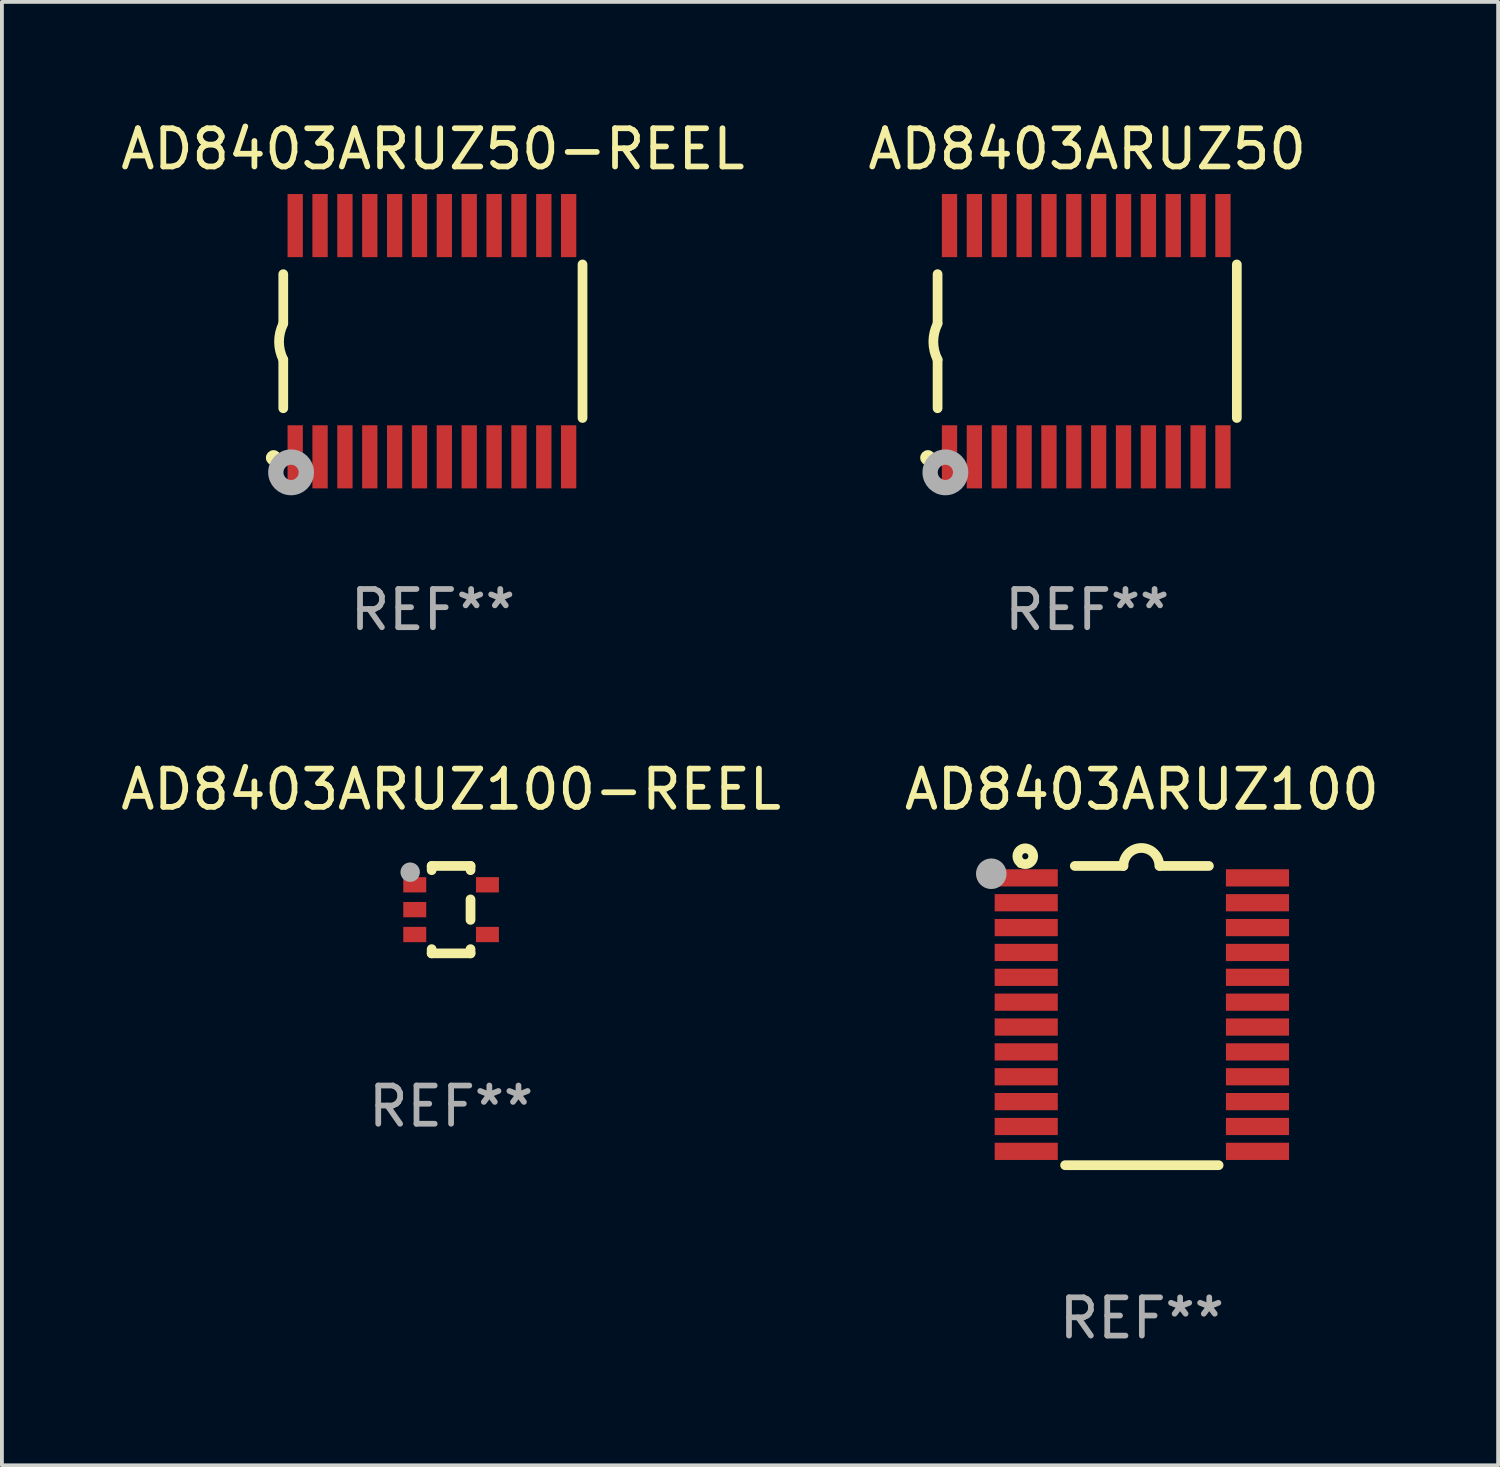
<source format=kicad_pcb>
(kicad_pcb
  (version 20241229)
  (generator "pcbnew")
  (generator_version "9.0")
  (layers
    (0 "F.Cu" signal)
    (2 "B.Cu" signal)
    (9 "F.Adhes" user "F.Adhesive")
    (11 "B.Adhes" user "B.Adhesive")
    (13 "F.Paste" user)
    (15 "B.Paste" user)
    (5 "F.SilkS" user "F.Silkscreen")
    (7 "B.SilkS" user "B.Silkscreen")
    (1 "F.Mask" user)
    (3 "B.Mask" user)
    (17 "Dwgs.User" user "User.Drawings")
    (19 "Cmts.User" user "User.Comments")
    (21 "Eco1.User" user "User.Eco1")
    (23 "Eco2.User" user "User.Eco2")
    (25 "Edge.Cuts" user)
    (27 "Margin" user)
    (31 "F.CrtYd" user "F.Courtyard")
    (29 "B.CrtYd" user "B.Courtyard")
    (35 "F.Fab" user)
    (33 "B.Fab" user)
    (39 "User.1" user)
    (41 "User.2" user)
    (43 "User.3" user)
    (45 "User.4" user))
  (footprint "AD8403ARUZ100-REEL"
    (layer "F.Cu")
    (at 8.744 20.733)
    (property "Reference" "AD8403ARUZ100-REEL" (at 0 -3.143 0) (layer "F.SilkS") (effects (font (size 1 1) (thickness 0.15))))
    (attr through_hole)
    (fp_line (start -0.508 -1.143) (end 0.508 -1.143) (stroke (width 0.254) (type solid)) (layer "F.SilkS"))
    (fp_line (start -0.508 -1.032) (end -0.508 -1.143) (stroke (width 0.254) (type solid)) (layer "F.SilkS"))
    (fp_line (start -0.508 1.143) (end -0.508 1.032) (stroke (width 0.254) (type solid)) (layer "F.SilkS"))
    (fp_line (start 0.508 -1.143) (end 0.508 -1.032) (stroke (width 0.254) (type solid)) (layer "F.SilkS"))
    (fp_line (start 0.508 -0.268) (end 0.508 0.268) (stroke (width 0.254) (type solid)) (layer "F.SilkS"))
    (fp_line (start 0.508 1.032) (end 0.508 1.143) (stroke (width 0.254) (type solid)) (layer "F.SilkS"))
    (fp_line (start 0.508 1.143) (end -0.508 1.143) (stroke (width 0.254) (type solid)) (layer "F.SilkS"))
    (fp_circle (center -1.05 -1) (end -1.02 -1) (stroke (width 0.06) (type solid)) (fill no) (layer "F.SilkS"))
    (fp_circle (center -1.07 -0.98) (end -0.943 -0.98) (stroke (width 0.254) (type solid)) (fill no) (layer "F.Fab"))
    (fp_text user "REF**" (at 0 5.143 0) (layer "F.Fab") (effects (font (size 1 1) (thickness 0.15))))
    (pad "1" smd rect (at -0.95 -0.65 90) (size 0.4 0.6) (layers "F.Cu" "F.Mask" "F.Paste"))
    (pad "2" smd rect (at -0.95 -0.000076 90) (size 0.4 0.6) (layers "F.Cu" "F.Mask" "F.Paste"))
    (pad "3" smd rect (at -0.95 0.65 90) (size 0.4 0.6) (layers "F.Cu" "F.Mask" "F.Paste"))
    (pad "4" smd rect (at 0.95 0.65 90) (size 0.4 0.6) (layers "F.Cu" "F.Mask" "F.Paste"))
    (pad "5" smd rect (at 0.95 -0.65 90) (size 0.4 0.6) (layers "F.Cu" "F.Mask" "F.Paste")))
  (footprint "AD8403ARUZ50-REEL"
    (layer "F.Cu")
    (at 8.268 5.871)
    (property "Reference" "AD8403ARUZ50-REEL" (at 0 -5.023 0) (layer "F.SilkS") (effects (font (size 1 1) (thickness 0.15))))
    (attr through_hole)
    (fp_line (start -3.912 -0.483) (end -3.912 -1.753) (stroke (width 0.254) (type solid)) (layer "F.SilkS"))
    (fp_line (start -3.912 1.753) (end -3.912 0.483) (stroke (width 0.254) (type solid)) (layer "F.SilkS"))
    (fp_line (start 3.912 -2.007) (end 3.912 2.007) (stroke (width 0.254) (type solid)) (layer "F.SilkS"))
    (fp_arc (start -3.911608 0.482601) (mid -4.022537 0.0127) (end -3.911608 -0.457201) (stroke (width 0.254001) (type solid)) (layer "F.SilkS"))
    (fp_circle (center -4.166 3.048) (end -4.066 3.048) (stroke (width 0.2) (type solid)) (fill no) (layer "F.SilkS"))
    (fp_circle (center -3.925 3.186) (end -3.895 3.186) (stroke (width 0.06) (type solid)) (fill no) (layer "F.SilkS"))
    (fp_circle (center -3.708 3.429) (end -3.509 3.429) (stroke (width 0.4) (type solid)) (fill no) (layer "F.Fab"))
    (fp_text user "REF**" (at 0 7.023 0) (layer "F.Fab") (effects (font (size 1 1) (thickness 0.15))))
    (pad "1" smd rect (at -3.6 3.023) (size 0.4 1.65) (layers "F.Cu" "F.Mask" "F.Paste"))
    (pad "2" smd rect (at -2.95 3.023) (size 0.4 1.65) (layers "F.Cu" "F.Mask" "F.Paste"))
    (pad "3" smd rect (at -2.3 3.023) (size 0.4 1.65) (layers "F.Cu" "F.Mask" "F.Paste"))
    (pad "4" smd rect (at -1.65 3.023) (size 0.4 1.65) (layers "F.Cu" "F.Mask" "F.Paste"))
    (pad "5" smd rect (at -1 3.023) (size 0.4 1.65) (layers "F.Cu" "F.Mask" "F.Paste"))
    (pad "6" smd rect (at -0.35 3.023) (size 0.4 1.65) (layers "F.Cu" "F.Mask" "F.Paste"))
    (pad "7" smd rect (at 0.299 3.023) (size 0.4 1.65) (layers "F.Cu" "F.Mask" "F.Paste"))
    (pad "8" smd rect (at 0.95 3.023) (size 0.4 1.65) (layers "F.Cu" "F.Mask" "F.Paste"))
    (pad "9" smd rect (at 1.6 3.023) (size 0.4 1.65) (layers "F.Cu" "F.Mask" "F.Paste"))
    (pad "10" smd rect (at 2.25 3.023) (size 0.4 1.65) (layers "F.Cu" "F.Mask" "F.Paste"))
    (pad "11" smd rect (at 2.9 3.023) (size 0.4 1.65) (layers "F.Cu" "F.Mask" "F.Paste"))
    (pad "12" smd rect (at 3.549 3.023) (size 0.4 1.65) (layers "F.Cu" "F.Mask" "F.Paste"))
    (pad "13" smd rect (at 3.549 -3.023) (size 0.4 1.65) (layers "F.Cu" "F.Mask" "F.Paste"))
    (pad "14" smd rect (at 2.9 -3.023) (size 0.4 1.65) (layers "F.Cu" "F.Mask" "F.Paste"))
    (pad "15" smd rect (at 2.25 -3.023) (size 0.4 1.65) (layers "F.Cu" "F.Mask" "F.Paste"))
    (pad "16" smd rect (at 1.6 -3.023) (size 0.4 1.65) (layers "F.Cu" "F.Mask" "F.Paste"))
    (pad "17" smd rect (at 0.95 -3.023) (size 0.4 1.65) (layers "F.Cu" "F.Mask" "F.Paste"))
    (pad "18" smd rect (at 0.299 -3.023) (size 0.4 1.65) (layers "F.Cu" "F.Mask" "F.Paste"))
    (pad "19" smd rect (at -0.35 -3.023) (size 0.4 1.65) (layers "F.Cu" "F.Mask" "F.Paste"))
    (pad "20" smd rect (at -1 -3.023) (size 0.4 1.65) (layers "F.Cu" "F.Mask" "F.Paste"))
    (pad "21" smd rect (at -1.65 -3.023) (size 0.4 1.65) (layers "F.Cu" "F.Mask" "F.Paste"))
    (pad "22" smd rect (at -2.3 -3.023) (size 0.4 1.65) (layers "F.Cu" "F.Mask" "F.Paste"))
    (pad "23" smd rect (at -2.95 -3.023) (size 0.4 1.65) (layers "F.Cu" "F.Mask" "F.Paste"))
    (pad "24" smd rect (at -3.6 -3.023) (size 0.4 1.65) (layers "F.Cu" "F.Mask" "F.Paste")))
  (footprint "AD8403ARUZ50"
    (layer "F.Cu")
    (at 25.375 5.871)
    (property "Reference" "AD8403ARUZ50" (at 0 -5.023 0) (layer "F.SilkS") (effects (font (size 1 1) (thickness 0.15))))
    (attr through_hole)
    (fp_line (start -3.912 -0.483) (end -3.912 -1.753) (stroke (width 0.254) (type solid)) (layer "F.SilkS"))
    (fp_line (start -3.912 1.753) (end -3.912 0.483) (stroke (width 0.254) (type solid)) (layer "F.SilkS"))
    (fp_line (start 3.912 -2.007) (end 3.912 2.007) (stroke (width 0.254) (type solid)) (layer "F.SilkS"))
    (fp_arc (start -3.911608 0.482601) (mid -4.022537 0.0127) (end -3.911608 -0.457201) (stroke (width 0.254001) (type solid)) (layer "F.SilkS"))
    (fp_circle (center -4.166 3.048) (end -4.066 3.048) (stroke (width 0.2) (type solid)) (fill no) (layer "F.SilkS"))
    (fp_circle (center -3.925 3.186) (end -3.895 3.186) (stroke (width 0.06) (type solid)) (fill no) (layer "F.SilkS"))
    (fp_circle (center -3.708 3.429) (end -3.509 3.429) (stroke (width 0.4) (type solid)) (fill no) (layer "F.Fab"))
    (fp_text user "REF**" (at 0 7.023 0) (layer "F.Fab") (effects (font (size 1 1) (thickness 0.15))))
    (pad "1" smd rect (at -3.6 3.023) (size 0.4 1.65) (layers "F.Cu" "F.Mask" "F.Paste"))
    (pad "2" smd rect (at -2.95 3.023) (size 0.4 1.65) (layers "F.Cu" "F.Mask" "F.Paste"))
    (pad "3" smd rect (at -2.3 3.023) (size 0.4 1.65) (layers "F.Cu" "F.Mask" "F.Paste"))
    (pad "4" smd rect (at -1.65 3.023) (size 0.4 1.65) (layers "F.Cu" "F.Mask" "F.Paste"))
    (pad "5" smd rect (at -1 3.023) (size 0.4 1.65) (layers "F.Cu" "F.Mask" "F.Paste"))
    (pad "6" smd rect (at -0.35 3.023) (size 0.4 1.65) (layers "F.Cu" "F.Mask" "F.Paste"))
    (pad "7" smd rect (at 0.299 3.023) (size 0.4 1.65) (layers "F.Cu" "F.Mask" "F.Paste"))
    (pad "8" smd rect (at 0.95 3.023) (size 0.4 1.65) (layers "F.Cu" "F.Mask" "F.Paste"))
    (pad "9" smd rect (at 1.6 3.023) (size 0.4 1.65) (layers "F.Cu" "F.Mask" "F.Paste"))
    (pad "10" smd rect (at 2.25 3.023) (size 0.4 1.65) (layers "F.Cu" "F.Mask" "F.Paste"))
    (pad "11" smd rect (at 2.9 3.023) (size 0.4 1.65) (layers "F.Cu" "F.Mask" "F.Paste"))
    (pad "12" smd rect (at 3.549 3.023) (size 0.4 1.65) (layers "F.Cu" "F.Mask" "F.Paste"))
    (pad "13" smd rect (at 3.549 -3.023) (size 0.4 1.65) (layers "F.Cu" "F.Mask" "F.Paste"))
    (pad "14" smd rect (at 2.9 -3.023) (size 0.4 1.65) (layers "F.Cu" "F.Mask" "F.Paste"))
    (pad "15" smd rect (at 2.25 -3.023) (size 0.4 1.65) (layers "F.Cu" "F.Mask" "F.Paste"))
    (pad "16" smd rect (at 1.6 -3.023) (size 0.4 1.65) (layers "F.Cu" "F.Mask" "F.Paste"))
    (pad "17" smd rect (at 0.95 -3.023) (size 0.4 1.65) (layers "F.Cu" "F.Mask" "F.Paste"))
    (pad "18" smd rect (at 0.299 -3.023) (size 0.4 1.65) (layers "F.Cu" "F.Mask" "F.Paste"))
    (pad "19" smd rect (at -0.35 -3.023) (size 0.4 1.65) (layers "F.Cu" "F.Mask" "F.Paste"))
    (pad "20" smd rect (at -1 -3.023) (size 0.4 1.65) (layers "F.Cu" "F.Mask" "F.Paste"))
    (pad "21" smd rect (at -1.65 -3.023) (size 0.4 1.65) (layers "F.Cu" "F.Mask" "F.Paste"))
    (pad "22" smd rect (at -2.3 -3.023) (size 0.4 1.65) (layers "F.Cu" "F.Mask" "F.Paste"))
    (pad "23" smd rect (at -2.95 -3.023) (size 0.4 1.65) (layers "F.Cu" "F.Mask" "F.Paste"))
    (pad "24" smd rect (at -3.6 -3.023) (size 0.4 1.65) (layers "F.Cu" "F.Mask" "F.Paste")))
  (footprint "AD8403ARUZ100"
    (layer "F.Cu")
    (at 26.804 23.502)
    (property "Reference" "AD8403ARUZ100" (at 0 -5.912 0) (layer "F.SilkS") (effects (font (size 1 1) (thickness 0.15))))
    (attr through_hole)
    (fp_line (start -1.753 -3.912) (end -0.483 -3.912) (stroke (width 0.254) (type solid)) (layer "F.SilkS"))
    (fp_line (start 0.483 -3.912) (end 1.753 -3.912) (stroke (width 0.254) (type solid)) (layer "F.SilkS"))
    (fp_line (start 2.007 3.912) (end -2.007 3.912) (stroke (width 0.254) (type solid)) (layer "F.SilkS"))
    (fp_arc (start -0.482626 -3.911608) (mid -0.012725 -4.381509) (end 0.457176 -3.911608) (stroke (width 0.254001) (type solid)) (layer "F.SilkS"))
    (fp_circle (center -3.2 -3.925) (end -3.17 -3.925) (stroke (width 0.06) (type solid)) (fill no) (layer "F.SilkS"))
    (fp_circle (center -3.048 -4.166) (end -2.968 -4.166) (stroke (width 0.254) (type solid)) (fill no) (layer "F.SilkS"))
    (fp_circle (center -3.937 -3.708) (end -3.737 -3.708) (stroke (width 0.4) (type solid)) (fill no) (layer "F.Fab"))
    (fp_text user "REF**" (at 0 7.912 0) (layer "F.Fab") (effects (font (size 1 1) (thickness 0.15))))
    (pad "1" smd rect (at -3.023 -3.6) (size 1.65 0.45) (layers "F.Cu" "F.Mask" "F.Paste"))
    (pad "2" smd rect (at -3.023 -2.95) (size 1.65 0.45) (layers "F.Cu" "F.Mask" "F.Paste"))
    (pad "3" smd rect (at -3.023 -2.3) (size 1.65 0.45) (layers "F.Cu" "F.Mask" "F.Paste"))
    (pad "4" smd rect (at -3.023 -1.65) (size 1.65 0.45) (layers "F.Cu" "F.Mask" "F.Paste"))
    (pad "5" smd rect (at -3.023 -1) (size 1.65 0.45) (layers "F.Cu" "F.Mask" "F.Paste"))
    (pad "6" smd rect (at -3.023 -0.35) (size 1.65 0.45) (layers "F.Cu" "F.Mask" "F.Paste"))
    (pad "7" smd rect (at -3.023 0.3) (size 1.65 0.45) (layers "F.Cu" "F.Mask" "F.Paste"))
    (pad "8" smd rect (at -3.023 0.95) (size 1.65 0.45) (layers "F.Cu" "F.Mask" "F.Paste"))
    (pad "9" smd rect (at -3.023 1.6) (size 1.65 0.45) (layers "F.Cu" "F.Mask" "F.Paste"))
    (pad "10" smd rect (at -3.023 2.25) (size 1.65 0.45) (layers "F.Cu" "F.Mask" "F.Paste"))
    (pad "11" smd rect (at -3.023 2.9) (size 1.65 0.45) (layers "F.Cu" "F.Mask" "F.Paste"))
    (pad "12" smd rect (at -3.023 3.55) (size 1.65 0.45) (layers "F.Cu" "F.Mask" "F.Paste"))
    (pad "13" smd rect (at 3.023 3.55) (size 1.65 0.45) (layers "F.Cu" "F.Mask" "F.Paste"))
    (pad "14" smd rect (at 3.023 2.9) (size 1.65 0.45) (layers "F.Cu" "F.Mask" "F.Paste"))
    (pad "15" smd rect (at 3.023 2.25) (size 1.65 0.45) (layers "F.Cu" "F.Mask" "F.Paste"))
    (pad "16" smd rect (at 3.023 1.6) (size 1.65 0.45) (layers "F.Cu" "F.Mask" "F.Paste"))
    (pad "17" smd rect (at 3.023 0.95) (size 1.65 0.45) (layers "F.Cu" "F.Mask" "F.Paste"))
    (pad "18" smd rect (at 3.023 0.3) (size 1.65 0.45) (layers "F.Cu" "F.Mask" "F.Paste"))
    (pad "19" smd rect (at 3.023 -0.35) (size 1.65 0.45) (layers "F.Cu" "F.Mask" "F.Paste"))
    (pad "20" smd rect (at 3.023 -1) (size 1.65 0.45) (layers "F.Cu" "F.Mask" "F.Paste"))
    (pad "21" smd rect (at 3.023 -1.65) (size 1.65 0.45) (layers "F.Cu" "F.Mask" "F.Paste"))
    (pad "22" smd rect (at 3.023 -2.3) (size 1.65 0.45) (layers "F.Cu" "F.Mask" "F.Paste"))
    (pad "23" smd rect (at 3.023 -2.95) (size 1.65 0.45) (layers "F.Cu" "F.Mask" "F.Paste"))
    (pad "24" smd rect (at 3.023 -3.6) (size 1.65 0.45) (layers "F.Cu" "F.Mask" "F.Paste")))
  (gr_rect
    (start -3 -3)
    (end 36.119 35.261)
    (stroke (width 0.1) (type default))
    (fill no)
    (layer "Edge.Cuts")))
</source>
